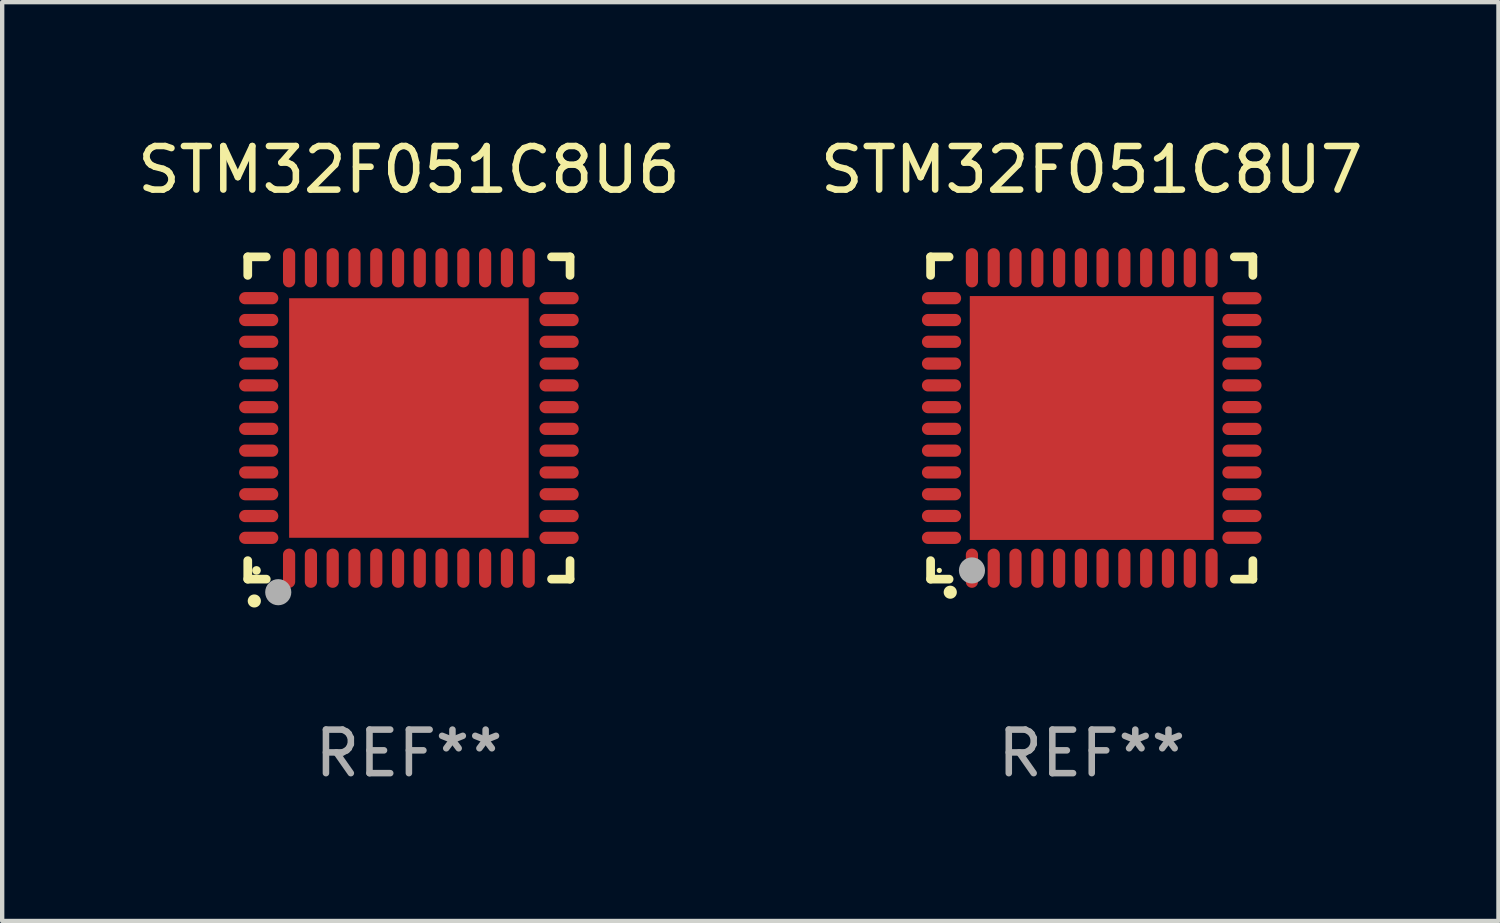
<source format=kicad_pcb>
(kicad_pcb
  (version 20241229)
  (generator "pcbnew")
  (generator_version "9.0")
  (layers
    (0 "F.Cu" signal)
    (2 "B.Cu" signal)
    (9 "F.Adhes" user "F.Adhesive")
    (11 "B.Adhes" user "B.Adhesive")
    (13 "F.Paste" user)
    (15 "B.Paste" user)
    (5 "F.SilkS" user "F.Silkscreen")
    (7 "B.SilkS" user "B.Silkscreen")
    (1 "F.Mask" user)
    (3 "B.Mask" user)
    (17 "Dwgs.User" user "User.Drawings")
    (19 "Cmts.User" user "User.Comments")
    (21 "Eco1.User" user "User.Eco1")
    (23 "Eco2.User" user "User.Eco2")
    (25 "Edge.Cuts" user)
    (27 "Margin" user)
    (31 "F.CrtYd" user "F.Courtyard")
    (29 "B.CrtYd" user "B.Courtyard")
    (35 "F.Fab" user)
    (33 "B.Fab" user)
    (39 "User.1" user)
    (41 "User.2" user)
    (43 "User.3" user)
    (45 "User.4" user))
  (footprint "STM32F051C8U6"
    (layer "F.Cu")
    (at 6.339 6.548)
    (property "Reference" "STM32F051C8U6" (at 0 -5.7 0) (layer "F.SilkS") (effects (font (size 1 1) (thickness 0.15))))
    (attr through_hole)
    (fp_line (start -3.7 -3.7) (end -3.275 -3.7) (stroke (width 0.2) (type solid)) (layer "F.SilkS"))
    (fp_line (start -3.7 -3.275) (end -3.7 -3.7) (stroke (width 0.2) (type solid)) (layer "F.SilkS"))
    (fp_line (start -3.7 3.7) (end -3.7 3.275) (stroke (width 0.2) (type solid)) (layer "F.SilkS"))
    (fp_line (start -3.275 3.7) (end -3.7 3.7) (stroke (width 0.2) (type solid)) (layer "F.SilkS"))
    (fp_line (start 3.7 -3.7) (end 3.275 -3.7) (stroke (width 0.2) (type solid)) (layer "F.SilkS"))
    (fp_line (start 3.7 -3.275) (end 3.7 -3.7) (stroke (width 0.2) (type solid)) (layer "F.SilkS"))
    (fp_line (start 3.7 3.275) (end 3.7 3.7) (stroke (width 0.2) (type solid)) (layer "F.SilkS"))
    (fp_line (start 3.7 3.7) (end 3.275 3.7) (stroke (width 0.2) (type solid)) (layer "F.SilkS"))
    (fp_arc (start -3.550927 4.201168) (mid -3.549657 4.201163) (end -3.548387 4.201168) (stroke (width 0.3) (type solid)) (layer "F.SilkS"))
    (fp_circle (center -3.5 3.5) (end -3.45 3.5) (stroke (width 0.1) (type solid)) (fill no) (layer "F.SilkS"))
    (fp_circle (center -3 4) (end -2.85 4) (stroke (width 0.3) (type solid)) (fill no) (layer "F.Fab"))
    (fp_text user "REF**" (at 0 7.7 0) (layer "F.Fab") (effects (font (size 1 1) (thickness 0.15))))
    (pad "1" smd oval (at -2.751 3.449) (size 0.28 0.9) (layers "F.Cu" "F.Mask" "F.Paste"))
    (pad "2" smd oval (at -2.25 3.449) (size 0.28 0.9) (layers "F.Cu" "F.Mask" "F.Paste"))
    (pad "3" smd oval (at -1.75 3.449) (size 0.28 0.9) (layers "F.Cu" "F.Mask" "F.Paste"))
    (pad "4" smd oval (at -1.25 3.449) (size 0.28 0.9) (layers "F.Cu" "F.Mask" "F.Paste"))
    (pad "5" smd oval (at -0.749 3.449) (size 0.28 0.9) (layers "F.Cu" "F.Mask" "F.Paste"))
    (pad "6" smd oval (at -0.249 3.449) (size 0.28 0.9) (layers "F.Cu" "F.Mask" "F.Paste"))
    (pad "7" smd oval (at 0.249 3.449) (size 0.28 0.9) (layers "F.Cu" "F.Mask" "F.Paste"))
    (pad "8" smd oval (at 0.749 3.449) (size 0.28 0.9) (layers "F.Cu" "F.Mask" "F.Paste"))
    (pad "9" smd oval (at 1.25 3.449) (size 0.28 0.9) (layers "F.Cu" "F.Mask" "F.Paste"))
    (pad "10" smd oval (at 1.75 3.449) (size 0.28 0.9) (layers "F.Cu" "F.Mask" "F.Paste"))
    (pad "11" smd oval (at 2.251 3.449) (size 0.28 0.9) (layers "F.Cu" "F.Mask" "F.Paste"))
    (pad "12" smd oval (at 2.751 3.449) (size 0.28 0.9) (layers "F.Cu" "F.Mask" "F.Paste"))
    (pad "13" smd oval (at 3.449 2.751) (size 0.9 0.28) (layers "F.Cu" "F.Mask" "F.Paste"))
    (pad "14" smd oval (at 3.449 2.251) (size 0.9 0.28) (layers "F.Cu" "F.Mask" "F.Paste"))
    (pad "15" smd oval (at 3.449 1.75) (size 0.9 0.28) (layers "F.Cu" "F.Mask" "F.Paste"))
    (pad "16" smd oval (at 3.449 1.25) (size 0.9 0.28) (layers "F.Cu" "F.Mask" "F.Paste"))
    (pad "17" smd oval (at 3.449 0.749) (size 0.9 0.28) (layers "F.Cu" "F.Mask" "F.Paste"))
    (pad "18" smd oval (at 3.449 0.249) (size 0.9 0.28) (layers "F.Cu" "F.Mask" "F.Paste"))
    (pad "19" smd oval (at 3.449 -0.249) (size 0.9 0.28) (layers "F.Cu" "F.Mask" "F.Paste"))
    (pad "20" smd oval (at 3.449 -0.749) (size 0.9 0.28) (layers "F.Cu" "F.Mask" "F.Paste"))
    (pad "21" smd oval (at 3.449 -1.25) (size 0.9 0.28) (layers "F.Cu" "F.Mask" "F.Paste"))
    (pad "22" smd oval (at 3.449 -1.75) (size 0.9 0.28) (layers "F.Cu" "F.Mask" "F.Paste"))
    (pad "23" smd oval (at 3.449 -2.25) (size 0.9 0.28) (layers "F.Cu" "F.Mask" "F.Paste"))
    (pad "24" smd oval (at 3.449 -2.751) (size 0.9 0.28) (layers "F.Cu" "F.Mask" "F.Paste"))
    (pad "25" smd oval (at 2.751 -3.449) (size 0.28 0.9) (layers "F.Cu" "F.Mask" "F.Paste"))
    (pad "26" smd oval (at 2.251 -3.449) (size 0.28 0.9) (layers "F.Cu" "F.Mask" "F.Paste"))
    (pad "27" smd oval (at 1.75 -3.449) (size 0.28 0.9) (layers "F.Cu" "F.Mask" "F.Paste"))
    (pad "28" smd oval (at 1.25 -3.449) (size 0.28 0.9) (layers "F.Cu" "F.Mask" "F.Paste"))
    (pad "29" smd oval (at 0.749 -3.449) (size 0.28 0.9) (layers "F.Cu" "F.Mask" "F.Paste"))
    (pad "30" smd oval (at 0.249 -3.449) (size 0.28 0.9) (layers "F.Cu" "F.Mask" "F.Paste"))
    (pad "31" smd oval (at -0.249 -3.449) (size 0.28 0.9) (layers "F.Cu" "F.Mask" "F.Paste"))
    (pad "32" smd oval (at -0.749 -3.449) (size 0.28 0.9) (layers "F.Cu" "F.Mask" "F.Paste"))
    (pad "33" smd oval (at -1.25 -3.449) (size 0.28 0.9) (layers "F.Cu" "F.Mask" "F.Paste"))
    (pad "34" smd oval (at -1.75 -3.449) (size 0.28 0.9) (layers "F.Cu" "F.Mask" "F.Paste"))
    (pad "35" smd oval (at -2.25 -3.449) (size 0.28 0.9) (layers "F.Cu" "F.Mask" "F.Paste"))
    (pad "36" smd oval (at -2.751 -3.449) (size 0.28 0.9) (layers "F.Cu" "F.Mask" "F.Paste"))
    (pad "37" smd oval (at -3.449 -2.751) (size 0.9 0.28) (layers "F.Cu" "F.Mask" "F.Paste"))
    (pad "38" smd oval (at -3.449 -2.25) (size 0.9 0.28) (layers "F.Cu" "F.Mask" "F.Paste"))
    (pad "39" smd oval (at -3.449 -1.75) (size 0.9 0.28) (layers "F.Cu" "F.Mask" "F.Paste"))
    (pad "40" smd oval (at -3.449 -1.25) (size 0.9 0.28) (layers "F.Cu" "F.Mask" "F.Paste"))
    (pad "41" smd oval (at -3.449 -0.749) (size 0.9 0.28) (layers "F.Cu" "F.Mask" "F.Paste"))
    (pad "42" smd oval (at -3.449 -0.249) (size 0.9 0.28) (layers "F.Cu" "F.Mask" "F.Paste"))
    (pad "43" smd oval (at -3.449 0.249) (size 0.9 0.28) (layers "F.Cu" "F.Mask" "F.Paste"))
    (pad "44" smd oval (at -3.449 0.749) (size 0.9 0.28) (layers "F.Cu" "F.Mask" "F.Paste"))
    (pad "45" smd oval (at -3.449 1.25) (size 0.9 0.28) (layers "F.Cu" "F.Mask" "F.Paste"))
    (pad "46" smd oval (at -3.449 1.75) (size 0.9 0.28) (layers "F.Cu" "F.Mask" "F.Paste"))
    (pad "47" smd oval (at -3.449 2.251) (size 0.9 0.28) (layers "F.Cu" "F.Mask" "F.Paste"))
    (pad "48" smd oval (at -3.449 2.751) (size 0.9 0.28) (layers "F.Cu" "F.Mask" "F.Paste"))
    (pad "49" smd rect (at 0.000076 0.000076) (size 5.5 5.5) (layers "F.Cu" "F.Mask" "F.Paste")))
  (footprint "STM32F051C8U7"
    (layer "F.Cu")
    (at 22.018 6.548)
    (property "Reference" "STM32F051C8U7" (at 0 -5.7 0) (layer "F.SilkS") (effects (font (size 1 1) (thickness 0.15))))
    (attr through_hole)
    (fp_line (start -3.7 -3.7) (end -3.275 -3.7) (stroke (width 0.2) (type solid)) (layer "F.SilkS"))
    (fp_line (start -3.7 -3.275) (end -3.7 -3.7) (stroke (width 0.2) (type solid)) (layer "F.SilkS"))
    (fp_line (start -3.7 3.7) (end -3.7 3.275) (stroke (width 0.2) (type solid)) (layer "F.SilkS"))
    (fp_line (start -3.275 3.7) (end -3.7 3.7) (stroke (width 0.2) (type solid)) (layer "F.SilkS"))
    (fp_line (start 3.7 -3.7) (end 3.275 -3.7) (stroke (width 0.2) (type solid)) (layer "F.SilkS"))
    (fp_line (start 3.7 -3.275) (end 3.7 -3.7) (stroke (width 0.2) (type solid)) (layer "F.SilkS"))
    (fp_line (start 3.7 3.275) (end 3.7 3.7) (stroke (width 0.2) (type solid)) (layer "F.SilkS"))
    (fp_line (start 3.7 3.7) (end 3.275 3.7) (stroke (width 0.2) (type solid)) (layer "F.SilkS"))
    (fp_arc (start -3.249936 3.999975) (mid -3.248666 3.99997) (end -3.247396 3.999975) (stroke (width 0.3) (type solid)) (layer "F.SilkS"))
    (fp_circle (center -3.5 3.5) (end -3.47 3.5) (stroke (width 0.06) (type solid)) (fill no) (layer "F.SilkS"))
    (fp_circle (center -2.75 3.5) (end -2.6 3.5) (stroke (width 0.3) (type solid)) (fill no) (layer "F.Fab"))
    (fp_text user "REF**" (at 0 7.7 0) (layer "F.Fab") (effects (font (size 1 1) (thickness 0.15))))
    (pad "1" smd oval (at -2.751 3.449) (size 0.28 0.9) (layers "F.Cu" "F.Mask" "F.Paste"))
    (pad "2" smd oval (at -2.25 3.449) (size 0.28 0.9) (layers "F.Cu" "F.Mask" "F.Paste"))
    (pad "3" smd oval (at -1.75 3.449) (size 0.28 0.9) (layers "F.Cu" "F.Mask" "F.Paste"))
    (pad "4" smd oval (at -1.25 3.449) (size 0.28 0.9) (layers "F.Cu" "F.Mask" "F.Paste"))
    (pad "5" smd oval (at -0.749 3.449) (size 0.28 0.9) (layers "F.Cu" "F.Mask" "F.Paste"))
    (pad "6" smd oval (at -0.249 3.449) (size 0.28 0.9) (layers "F.Cu" "F.Mask" "F.Paste"))
    (pad "7" smd oval (at 0.249 3.449) (size 0.28 0.9) (layers "F.Cu" "F.Mask" "F.Paste"))
    (pad "8" smd oval (at 0.749 3.449) (size 0.28 0.9) (layers "F.Cu" "F.Mask" "F.Paste"))
    (pad "9" smd oval (at 1.25 3.449) (size 0.28 0.9) (layers "F.Cu" "F.Mask" "F.Paste"))
    (pad "10" smd oval (at 1.75 3.449) (size 0.28 0.9) (layers "F.Cu" "F.Mask" "F.Paste"))
    (pad "11" smd oval (at 2.251 3.449) (size 0.28 0.9) (layers "F.Cu" "F.Mask" "F.Paste"))
    (pad "12" smd oval (at 2.751 3.449) (size 0.28 0.9) (layers "F.Cu" "F.Mask" "F.Paste"))
    (pad "13" smd oval (at 3.449 2.75) (size 0.9 0.28) (layers "F.Cu" "F.Mask" "F.Paste"))
    (pad "14" smd oval (at 3.449 2.25) (size 0.9 0.28) (layers "F.Cu" "F.Mask" "F.Paste"))
    (pad "15" smd oval (at 3.449 1.75) (size 0.9 0.28) (layers "F.Cu" "F.Mask" "F.Paste"))
    (pad "16" smd oval (at 3.449 1.25) (size 0.9 0.28) (layers "F.Cu" "F.Mask" "F.Paste"))
    (pad "17" smd oval (at 3.449 0.75) (size 0.9 0.28) (layers "F.Cu" "F.Mask" "F.Paste"))
    (pad "18" smd oval (at 3.449 0.25) (size 0.9 0.28) (layers "F.Cu" "F.Mask" "F.Paste"))
    (pad "19" smd oval (at 3.449 -0.25) (size 0.9 0.28) (layers "F.Cu" "F.Mask" "F.Paste"))
    (pad "20" smd oval (at 3.449 -0.75) (size 0.9 0.28) (layers "F.Cu" "F.Mask" "F.Paste"))
    (pad "21" smd oval (at 3.449 -1.25) (size 0.9 0.28) (layers "F.Cu" "F.Mask" "F.Paste"))
    (pad "22" smd oval (at 3.449 -1.75) (size 0.9 0.28) (layers "F.Cu" "F.Mask" "F.Paste"))
    (pad "23" smd oval (at 3.449 -2.25) (size 0.9 0.28) (layers "F.Cu" "F.Mask" "F.Paste"))
    (pad "24" smd oval (at 3.449 -2.75) (size 0.9 0.28) (layers "F.Cu" "F.Mask" "F.Paste"))
    (pad "25" smd oval (at 2.751 -3.449) (size 0.28 0.9) (layers "F.Cu" "F.Mask" "F.Paste"))
    (pad "26" smd oval (at 2.251 -3.449) (size 0.28 0.9) (layers "F.Cu" "F.Mask" "F.Paste"))
    (pad "27" smd oval (at 1.75 -3.449) (size 0.28 0.9) (layers "F.Cu" "F.Mask" "F.Paste"))
    (pad "28" smd oval (at 1.25 -3.449) (size 0.28 0.9) (layers "F.Cu" "F.Mask" "F.Paste"))
    (pad "29" smd oval (at 0.749 -3.449) (size 0.28 0.9) (layers "F.Cu" "F.Mask" "F.Paste"))
    (pad "30" smd oval (at 0.249 -3.449) (size 0.28 0.9) (layers "F.Cu" "F.Mask" "F.Paste"))
    (pad "31" smd oval (at -0.249 -3.449) (size 0.28 0.9) (layers "F.Cu" "F.Mask" "F.Paste"))
    (pad "32" smd oval (at -0.749 -3.449) (size 0.28 0.9) (layers "F.Cu" "F.Mask" "F.Paste"))
    (pad "33" smd oval (at -1.25 -3.449) (size 0.28 0.9) (layers "F.Cu" "F.Mask" "F.Paste"))
    (pad "34" smd oval (at -1.75 -3.449) (size 0.28 0.9) (layers "F.Cu" "F.Mask" "F.Paste"))
    (pad "35" smd oval (at -2.25 -3.449) (size 0.28 0.9) (layers "F.Cu" "F.Mask" "F.Paste"))
    (pad "36" smd oval (at -2.751 -3.449) (size 0.28 0.9) (layers "F.Cu" "F.Mask" "F.Paste"))
    (pad "37" smd oval (at -3.449 -2.751) (size 0.9 0.28) (layers "F.Cu" "F.Mask" "F.Paste"))
    (pad "38" smd oval (at -3.449 -2.25) (size 0.9 0.28) (layers "F.Cu" "F.Mask" "F.Paste"))
    (pad "39" smd oval (at -3.449 -1.75) (size 0.9 0.28) (layers "F.Cu" "F.Mask" "F.Paste"))
    (pad "40" smd oval (at -3.449 -1.25) (size 0.9 0.28) (layers "F.Cu" "F.Mask" "F.Paste"))
    (pad "41" smd oval (at -3.449 -0.749) (size 0.9 0.28) (layers "F.Cu" "F.Mask" "F.Paste"))
    (pad "42" smd oval (at -3.449 -0.249) (size 0.9 0.28) (layers "F.Cu" "F.Mask" "F.Paste"))
    (pad "43" smd oval (at -3.449 0.249) (size 0.9 0.28) (layers "F.Cu" "F.Mask" "F.Paste"))
    (pad "44" smd oval (at -3.449 0.749) (size 0.9 0.28) (layers "F.Cu" "F.Mask" "F.Paste"))
    (pad "45" smd oval (at -3.449 1.25) (size 0.9 0.28) (layers "F.Cu" "F.Mask" "F.Paste"))
    (pad "46" smd oval (at -3.449 1.75) (size 0.9 0.28) (layers "F.Cu" "F.Mask" "F.Paste"))
    (pad "47" smd oval (at -3.449 2.25) (size 0.9 0.28) (layers "F.Cu" "F.Mask" "F.Paste"))
    (pad "48" smd oval (at -3.449 2.751) (size 0.9 0.28) (layers "F.Cu" "F.Mask" "F.Paste"))
    (pad "49" smd rect (at 0.000076 -0.000025) (size 5.6 5.6) (layers "F.Cu" "F.Mask" "F.Paste")))
  (gr_rect
    (start -3 -3)
    (end 31.357 18.097)
    (stroke (width 0.1) (type default))
    (fill no)
    (layer "Edge.Cuts")))
</source>
